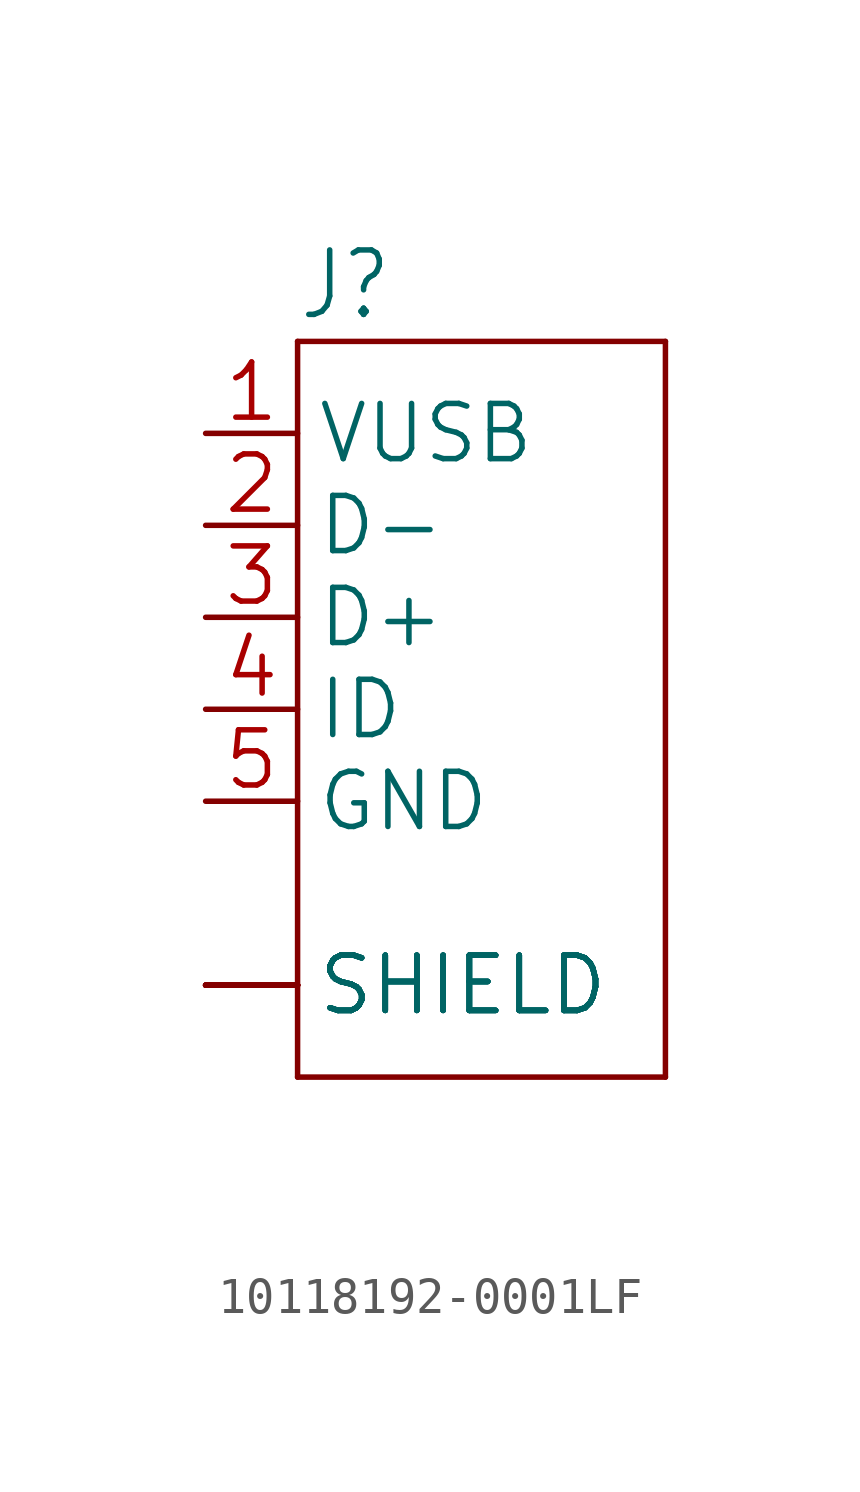
<source format=kicad_sym>
(kicad_symbol_lib
  (version 20241209)
  (generator "kicad_symbol_editor")
  (generator_version "9.0")
  (symbol "10118192-0001LF"
    (property "Reference" "J"
      (at -5.086 10.681 0)
      (effects (font (size 1.78 1.513)) (justify left bottom)))
    (property "Value" ""
      (at -5.088 -12.72 0)
      (effects (font (size 1.781 1.514)) (justify left bottom)))
    (property "ki_locked" ""
      (at 0 0 0)
      (effects (font (size 1.27 1.27))))
    (symbol "10118192-0001LF_1_0"
      (polyline (pts (xy -5.08 10.16) (xy 5.08 10.16)) (stroke (width 0.152) (type solid)) (fill (type none)))
      (polyline (pts (xy -5.08 -10.16) (xy -5.08 10.16)) (stroke (width 0.152) (type solid)) (fill (type none)))
      (polyline (pts (xy 5.08 10.16) (xy 5.08 -10.16)) (stroke (width 0.152) (type solid)) (fill (type none)))
      (polyline (pts (xy 5.08 -10.16) (xy -5.08 -10.16)) (stroke (width 0.152) (type solid)) (fill (type none)))
      (pin passive line (at -7.62 7.62 0) (length 2.54) (name "VUSB" (effects (font (size 1.524 1.524)))) (number "1" (effects (font (size 1.524 1.524)))))
      (pin passive line (at -7.62 5.08 0) (length 2.54) (name "D-" (effects (font (size 1.524 1.524)))) (number "2" (effects (font (size 1.524 1.524)))))
      (pin passive line (at -7.62 2.54 0) (length 2.54) (name "D+" (effects (font (size 1.524 1.524)))) (number "3" (effects (font (size 1.524 1.524)))))
      (pin passive line (at -7.62 0 0) (length 2.54) (name "ID" (effects (font (size 1.524 1.524)))) (number "4" (effects (font (size 1.524 1.524)))))
      (pin passive line (at -7.62 -2.54 0) (length 2.54) (name "GND" (effects (font (size 1.524 1.524)))) (number "5" (effects (font (size 1.524 1.524)))))
      (pin passive line (at -7.62 -7.62 0) (length 2.54) (name "SHIELD" (effects (font (size 1.524 1.524)))) (number "SH1" (effects (font (size 0 0)))))
      (pin passive line (at -7.62 -7.62 0) (length 2.54) (name "SHIELD" (effects (font (size 1.524 1.524)))) (number "SH2" (effects (font (size 0 0)))))
      (pin passive line (at -7.62 -7.62 0) (length 2.54) (name "SHIELD" (effects (font (size 1.524 1.524)))) (number "SH3" (effects (font (size 0 0)))))
      (pin passive line (at -7.62 -7.62 0) (length 2.54) (name "SHIELD" (effects (font (size 1.524 1.524)))) (number "SH4" (effects (font (size 0 0)))))
      (pin passive line (at -7.62 -7.62 0) (length 2.54) (name "SHIELD" (effects (font (size 1.524 1.524)))) (number "SH5" (effects (font (size 0 0)))))
      (pin passive line (at -7.62 -7.62 0) (length 2.54) (name "SHIELD" (effects (font (size 1.524 1.524)))) (number "SH6" (effects (font (size 0 0))))))))
</source>
